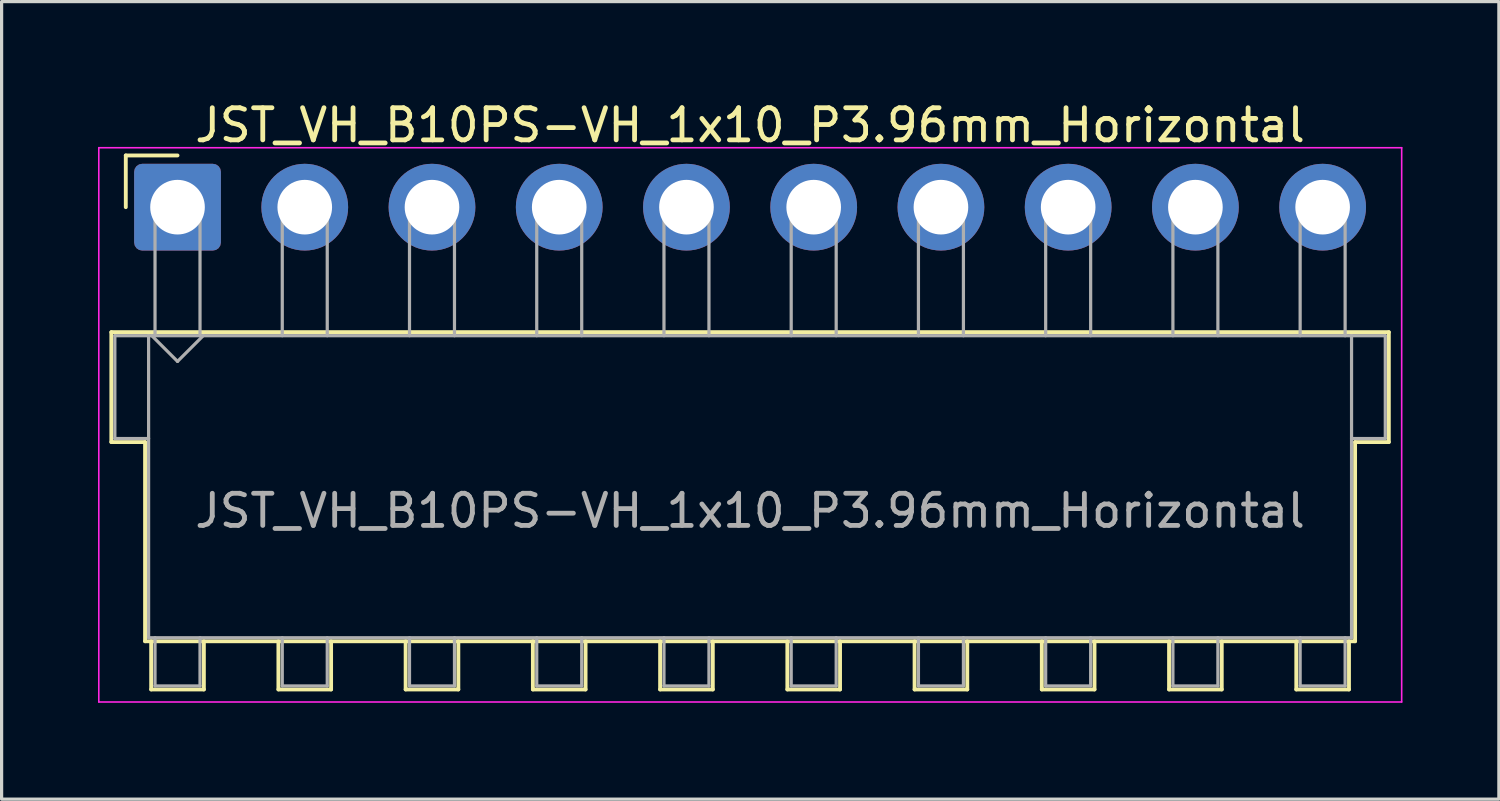
<source format=kicad_pcb>
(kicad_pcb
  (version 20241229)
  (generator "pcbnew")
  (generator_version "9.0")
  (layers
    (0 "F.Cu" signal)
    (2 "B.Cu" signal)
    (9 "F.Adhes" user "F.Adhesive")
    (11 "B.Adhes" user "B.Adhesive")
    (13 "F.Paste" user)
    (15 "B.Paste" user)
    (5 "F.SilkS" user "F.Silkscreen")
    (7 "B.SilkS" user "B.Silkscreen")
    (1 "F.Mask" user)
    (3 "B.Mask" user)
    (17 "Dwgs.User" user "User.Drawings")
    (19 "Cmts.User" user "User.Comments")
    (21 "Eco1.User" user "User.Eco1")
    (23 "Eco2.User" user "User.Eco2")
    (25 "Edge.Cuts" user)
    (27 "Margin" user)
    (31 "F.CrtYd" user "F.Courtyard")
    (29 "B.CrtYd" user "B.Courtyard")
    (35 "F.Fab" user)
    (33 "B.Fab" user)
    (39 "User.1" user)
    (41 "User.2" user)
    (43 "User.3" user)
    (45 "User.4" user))
  (footprint "JST_VH_B10PS-VH_1x10_P3.96mm_Horizontal"
    (layer "F.Cu")
    (at 2.475 3.398)
    (property "Reference" "JST_VH_B10PS-VH_1x10_P3.96mm_Horizontal" (at 17.82 -2.55 0) (layer "F.SilkS") (effects (font (size 1 1) (thickness 0.15))))
    (attr through_hole)
    (fp_line (start -2.06 3.89) (end 37.7 3.89) (stroke (width 0.12) (type solid)) (layer "F.SilkS"))
    (fp_line (start -2.06 7.31) (end -2.06 3.89) (stroke (width 0.12) (type solid)) (layer "F.SilkS"))
    (fp_line (start -1.61 -1.61) (end -1.61 0) (stroke (width 0.12) (type solid)) (layer "F.SilkS"))
    (fp_line (start -1.01 7.31) (end -2.06 7.31) (stroke (width 0.12) (type solid)) (layer "F.SilkS"))
    (fp_line (start -1.01 13.51) (end -1.01 7.31) (stroke (width 0.12) (type solid)) (layer "F.SilkS"))
    (fp_line (start -0.82 13.51) (end -0.82 15.01) (stroke (width 0.12) (type solid)) (layer "F.SilkS"))
    (fp_line (start -0.82 15.01) (end 0.82 15.01) (stroke (width 0.12) (type solid)) (layer "F.SilkS"))
    (fp_line (start 0 -1.61) (end -1.61 -1.61) (stroke (width 0.12) (type solid)) (layer "F.SilkS"))
    (fp_line (start 0.82 15.01) (end 0.82 13.51) (stroke (width 0.12) (type solid)) (layer "F.SilkS"))
    (fp_line (start 3.14 13.51) (end 3.14 15.01) (stroke (width 0.12) (type solid)) (layer "F.SilkS"))
    (fp_line (start 3.14 15.01) (end 4.78 15.01) (stroke (width 0.12) (type solid)) (layer "F.SilkS"))
    (fp_line (start 4.78 15.01) (end 4.78 13.51) (stroke (width 0.12) (type solid)) (layer "F.SilkS"))
    (fp_line (start 7.1 13.51) (end 7.1 15.01) (stroke (width 0.12) (type solid)) (layer "F.SilkS"))
    (fp_line (start 7.1 15.01) (end 8.74 15.01) (stroke (width 0.12) (type solid)) (layer "F.SilkS"))
    (fp_line (start 8.74 15.01) (end 8.74 13.51) (stroke (width 0.12) (type solid)) (layer "F.SilkS"))
    (fp_line (start 11.06 13.51) (end 11.06 15.01) (stroke (width 0.12) (type solid)) (layer "F.SilkS"))
    (fp_line (start 11.06 15.01) (end 12.7 15.01) (stroke (width 0.12) (type solid)) (layer "F.SilkS"))
    (fp_line (start 12.7 15.01) (end 12.7 13.51) (stroke (width 0.12) (type solid)) (layer "F.SilkS"))
    (fp_line (start 15.02 13.51) (end 15.02 15.01) (stroke (width 0.12) (type solid)) (layer "F.SilkS"))
    (fp_line (start 15.02 15.01) (end 16.66 15.01) (stroke (width 0.12) (type solid)) (layer "F.SilkS"))
    (fp_line (start 16.66 15.01) (end 16.66 13.51) (stroke (width 0.12) (type solid)) (layer "F.SilkS"))
    (fp_line (start 18.98 13.51) (end 18.98 15.01) (stroke (width 0.12) (type solid)) (layer "F.SilkS"))
    (fp_line (start 18.98 15.01) (end 20.62 15.01) (stroke (width 0.12) (type solid)) (layer "F.SilkS"))
    (fp_line (start 20.62 15.01) (end 20.62 13.51) (stroke (width 0.12) (type solid)) (layer "F.SilkS"))
    (fp_line (start 22.94 13.51) (end 22.94 15.01) (stroke (width 0.12) (type solid)) (layer "F.SilkS"))
    (fp_line (start 22.94 15.01) (end 24.58 15.01) (stroke (width 0.12) (type solid)) (layer "F.SilkS"))
    (fp_line (start 24.58 15.01) (end 24.58 13.51) (stroke (width 0.12) (type solid)) (layer "F.SilkS"))
    (fp_line (start 26.9 13.51) (end 26.9 15.01) (stroke (width 0.12) (type solid)) (layer "F.SilkS"))
    (fp_line (start 26.9 15.01) (end 28.54 15.01) (stroke (width 0.12) (type solid)) (layer "F.SilkS"))
    (fp_line (start 28.54 15.01) (end 28.54 13.51) (stroke (width 0.12) (type solid)) (layer "F.SilkS"))
    (fp_line (start 30.86 13.51) (end 30.86 15.01) (stroke (width 0.12) (type solid)) (layer "F.SilkS"))
    (fp_line (start 30.86 15.01) (end 32.5 15.01) (stroke (width 0.12) (type solid)) (layer "F.SilkS"))
    (fp_line (start 32.5 15.01) (end 32.5 13.51) (stroke (width 0.12) (type solid)) (layer "F.SilkS"))
    (fp_line (start 34.82 13.51) (end 34.82 15.01) (stroke (width 0.12) (type solid)) (layer "F.SilkS"))
    (fp_line (start 34.82 15.01) (end 36.46 15.01) (stroke (width 0.12) (type solid)) (layer "F.SilkS"))
    (fp_line (start 36.46 15.01) (end 36.46 13.51) (stroke (width 0.12) (type solid)) (layer "F.SilkS"))
    (fp_line (start 36.65 7.31) (end 36.65 13.51) (stroke (width 0.12) (type solid)) (layer "F.SilkS"))
    (fp_line (start 36.65 13.51) (end -1.01 13.51) (stroke (width 0.12) (type solid)) (layer "F.SilkS"))
    (fp_line (start 37.7 3.89) (end 37.7 7.31) (stroke (width 0.12) (type solid)) (layer "F.SilkS"))
    (fp_line (start 37.7 7.31) (end 36.65 7.31) (stroke (width 0.12) (type solid)) (layer "F.SilkS"))
    (fp_line (start -2.45 -1.85) (end -2.45 15.4) (stroke (width 0.05) (type solid)) (layer "F.CrtYd"))
    (fp_line (start -2.45 15.4) (end 38.1 15.4) (stroke (width 0.05) (type solid)) (layer "F.CrtYd"))
    (fp_line (start 38.1 -1.85) (end -2.45 -1.85) (stroke (width 0.05) (type solid)) (layer "F.CrtYd"))
    (fp_line (start 38.1 15.4) (end 38.1 -1.85) (stroke (width 0.05) (type solid)) (layer "F.CrtYd"))
    (fp_line (start -1.95 4) (end -0.9 4) (stroke (width 0.1) (type solid)) (layer "F.Fab"))
    (fp_line (start -1.95 7.2) (end -1.95 4) (stroke (width 0.1) (type solid)) (layer "F.Fab"))
    (fp_line (start -0.9 4) (end -0.9 13.4) (stroke (width 0.1) (type solid)) (layer "F.Fab"))
    (fp_line (start -0.9 7.2) (end -1.95 7.2) (stroke (width 0.1) (type solid)) (layer "F.Fab"))
    (fp_line (start -0.9 13.4) (end 36.54 13.4) (stroke (width 0.1) (type solid)) (layer "F.Fab"))
    (fp_line (start -0.8 4) (end 0 4.8) (stroke (width 0.1) (type solid)) (layer "F.Fab"))
    (fp_line (start -0.7 0) (end 0.7 0) (stroke (width 0.1) (type solid)) (layer "F.Fab"))
    (fp_line (start -0.7 4) (end -0.7 0) (stroke (width 0.1) (type solid)) (layer "F.Fab"))
    (fp_line (start -0.7 13.4) (end -0.7 14.9) (stroke (width 0.1) (type solid)) (layer "F.Fab"))
    (fp_line (start -0.7 14.9) (end 0.7 14.9) (stroke (width 0.1) (type solid)) (layer "F.Fab"))
    (fp_line (start 0 4.8) (end 0.8 4) (stroke (width 0.1) (type solid)) (layer "F.Fab"))
    (fp_line (start 0.7 0) (end 0.7 4) (stroke (width 0.1) (type solid)) (layer "F.Fab"))
    (fp_line (start 0.7 14.9) (end 0.7 13.4) (stroke (width 0.1) (type solid)) (layer "F.Fab"))
    (fp_line (start 3.26 0) (end 4.66 0) (stroke (width 0.1) (type solid)) (layer "F.Fab"))
    (fp_line (start 3.26 4) (end 3.26 0) (stroke (width 0.1) (type solid)) (layer "F.Fab"))
    (fp_line (start 3.26 13.4) (end 3.26 14.9) (stroke (width 0.1) (type solid)) (layer "F.Fab"))
    (fp_line (start 3.26 14.9) (end 4.66 14.9) (stroke (width 0.1) (type solid)) (layer "F.Fab"))
    (fp_line (start 4.66 0) (end 4.66 4) (stroke (width 0.1) (type solid)) (layer "F.Fab"))
    (fp_line (start 4.66 14.9) (end 4.66 13.4) (stroke (width 0.1) (type solid)) (layer "F.Fab"))
    (fp_line (start 7.22 0) (end 8.62 0) (stroke (width 0.1) (type solid)) (layer "F.Fab"))
    (fp_line (start 7.22 4) (end 7.22 0) (stroke (width 0.1) (type solid)) (layer "F.Fab"))
    (fp_line (start 7.22 13.4) (end 7.22 14.9) (stroke (width 0.1) (type solid)) (layer "F.Fab"))
    (fp_line (start 7.22 14.9) (end 8.62 14.9) (stroke (width 0.1) (type solid)) (layer "F.Fab"))
    (fp_line (start 8.62 0) (end 8.62 4) (stroke (width 0.1) (type solid)) (layer "F.Fab"))
    (fp_line (start 8.62 14.9) (end 8.62 13.4) (stroke (width 0.1) (type solid)) (layer "F.Fab"))
    (fp_line (start 11.18 0) (end 12.58 0) (stroke (width 0.1) (type solid)) (layer "F.Fab"))
    (fp_line (start 11.18 4) (end 11.18 0) (stroke (width 0.1) (type solid)) (layer "F.Fab"))
    (fp_line (start 11.18 13.4) (end 11.18 14.9) (stroke (width 0.1) (type solid)) (layer "F.Fab"))
    (fp_line (start 11.18 14.9) (end 12.58 14.9) (stroke (width 0.1) (type solid)) (layer "F.Fab"))
    (fp_line (start 12.58 0) (end 12.58 4) (stroke (width 0.1) (type solid)) (layer "F.Fab"))
    (fp_line (start 12.58 14.9) (end 12.58 13.4) (stroke (width 0.1) (type solid)) (layer "F.Fab"))
    (fp_line (start 15.14 0) (end 16.54 0) (stroke (width 0.1) (type solid)) (layer "F.Fab"))
    (fp_line (start 15.14 4) (end 15.14 0) (stroke (width 0.1) (type solid)) (layer "F.Fab"))
    (fp_line (start 15.14 13.4) (end 15.14 14.9) (stroke (width 0.1) (type solid)) (layer "F.Fab"))
    (fp_line (start 15.14 14.9) (end 16.54 14.9) (stroke (width 0.1) (type solid)) (layer "F.Fab"))
    (fp_line (start 16.54 0) (end 16.54 4) (stroke (width 0.1) (type solid)) (layer "F.Fab"))
    (fp_line (start 16.54 14.9) (end 16.54 13.4) (stroke (width 0.1) (type solid)) (layer "F.Fab"))
    (fp_line (start 19.1 0) (end 20.5 0) (stroke (width 0.1) (type solid)) (layer "F.Fab"))
    (fp_line (start 19.1 4) (end 19.1 0) (stroke (width 0.1) (type solid)) (layer "F.Fab"))
    (fp_line (start 19.1 13.4) (end 19.1 14.9) (stroke (width 0.1) (type solid)) (layer "F.Fab"))
    (fp_line (start 19.1 14.9) (end 20.5 14.9) (stroke (width 0.1) (type solid)) (layer "F.Fab"))
    (fp_line (start 20.5 0) (end 20.5 4) (stroke (width 0.1) (type solid)) (layer "F.Fab"))
    (fp_line (start 20.5 14.9) (end 20.5 13.4) (stroke (width 0.1) (type solid)) (layer "F.Fab"))
    (fp_line (start 23.06 0) (end 24.46 0) (stroke (width 0.1) (type solid)) (layer "F.Fab"))
    (fp_line (start 23.06 4) (end 23.06 0) (stroke (width 0.1) (type solid)) (layer "F.Fab"))
    (fp_line (start 23.06 13.4) (end 23.06 14.9) (stroke (width 0.1) (type solid)) (layer "F.Fab"))
    (fp_line (start 23.06 14.9) (end 24.46 14.9) (stroke (width 0.1) (type solid)) (layer "F.Fab"))
    (fp_line (start 24.46 0) (end 24.46 4) (stroke (width 0.1) (type solid)) (layer "F.Fab"))
    (fp_line (start 24.46 14.9) (end 24.46 13.4) (stroke (width 0.1) (type solid)) (layer "F.Fab"))
    (fp_line (start 27.02 0) (end 28.42 0) (stroke (width 0.1) (type solid)) (layer "F.Fab"))
    (fp_line (start 27.02 4) (end 27.02 0) (stroke (width 0.1) (type solid)) (layer "F.Fab"))
    (fp_line (start 27.02 13.4) (end 27.02 14.9) (stroke (width 0.1) (type solid)) (layer "F.Fab"))
    (fp_line (start 27.02 14.9) (end 28.42 14.9) (stroke (width 0.1) (type solid)) (layer "F.Fab"))
    (fp_line (start 28.42 0) (end 28.42 4) (stroke (width 0.1) (type solid)) (layer "F.Fab"))
    (fp_line (start 28.42 14.9) (end 28.42 13.4) (stroke (width 0.1) (type solid)) (layer "F.Fab"))
    (fp_line (start 30.98 0) (end 32.38 0) (stroke (width 0.1) (type solid)) (layer "F.Fab"))
    (fp_line (start 30.98 4) (end 30.98 0) (stroke (width 0.1) (type solid)) (layer "F.Fab"))
    (fp_line (start 30.98 13.4) (end 30.98 14.9) (stroke (width 0.1) (type solid)) (layer "F.Fab"))
    (fp_line (start 30.98 14.9) (end 32.38 14.9) (stroke (width 0.1) (type solid)) (layer "F.Fab"))
    (fp_line (start 32.38 0) (end 32.38 4) (stroke (width 0.1) (type solid)) (layer "F.Fab"))
    (fp_line (start 32.38 14.9) (end 32.38 13.4) (stroke (width 0.1) (type solid)) (layer "F.Fab"))
    (fp_line (start 34.94 0) (end 36.34 0) (stroke (width 0.1) (type solid)) (layer "F.Fab"))
    (fp_line (start 34.94 4) (end 34.94 0) (stroke (width 0.1) (type solid)) (layer "F.Fab"))
    (fp_line (start 34.94 13.4) (end 34.94 14.9) (stroke (width 0.1) (type solid)) (layer "F.Fab"))
    (fp_line (start 34.94 14.9) (end 36.34 14.9) (stroke (width 0.1) (type solid)) (layer "F.Fab"))
    (fp_line (start 36.34 0) (end 36.34 4) (stroke (width 0.1) (type solid)) (layer "F.Fab"))
    (fp_line (start 36.34 14.9) (end 36.34 13.4) (stroke (width 0.1) (type solid)) (layer "F.Fab"))
    (fp_line (start 36.54 4) (end -0.9 4) (stroke (width 0.1) (type solid)) (layer "F.Fab"))
    (fp_line (start 36.54 4) (end 37.59 4) (stroke (width 0.1) (type solid)) (layer "F.Fab"))
    (fp_line (start 36.54 13.4) (end 36.54 4) (stroke (width 0.1) (type solid)) (layer "F.Fab"))
    (fp_line (start 37.59 4) (end 37.59 7.2) (stroke (width 0.1) (type solid)) (layer "F.Fab"))
    (fp_line (start 37.59 7.2) (end 36.54 7.2) (stroke (width 0.1) (type solid)) (layer "F.Fab"))
    (fp_text user "${REFERENCE}" (at 17.82 9.45 0) (layer "F.Fab") (effects (font (size 1 1) (thickness 0.15))))
    (pad "1" thru_hole roundrect (at 0 0) (size 2.7 2.7) (drill 1.7) (layers "*.Cu" "*.Mask") (roundrect_rratio 0.093))
    (pad "2" thru_hole circle (at 3.96 0) (size 2.7 2.7) (drill 1.7) (layers "*.Cu" "*.Mask"))
    (pad "3" thru_hole circle (at 7.92 0) (size 2.7 2.7) (drill 1.7) (layers "*.Cu" "*.Mask"))
    (pad "4" thru_hole circle (at 11.88 0) (size 2.7 2.7) (drill 1.7) (layers "*.Cu" "*.Mask"))
    (pad "5" thru_hole circle (at 15.84 0) (size 2.7 2.7) (drill 1.7) (layers "*.Cu" "*.Mask"))
    (pad "6" thru_hole circle (at 19.8 0) (size 2.7 2.7) (drill 1.7) (layers "*.Cu" "*.Mask"))
    (pad "7" thru_hole circle (at 23.76 0) (size 2.7 2.7) (drill 1.7) (layers "*.Cu" "*.Mask"))
    (pad "8" thru_hole circle (at 27.72 0) (size 2.7 2.7) (drill 1.7) (layers "*.Cu" "*.Mask"))
    (pad "9" thru_hole circle (at 31.68 0) (size 2.7 2.7) (drill 1.7) (layers "*.Cu" "*.Mask"))
    (pad "10" thru_hole circle (at 35.64 0) (size 2.7 2.7) (drill 1.7) (layers "*.Cu" "*.Mask")))
  (gr_rect
    (start -3 -3)
    (end 43.6 21.823)
    (stroke (width 0.1) (type default))
    (fill no)
    (layer "Edge.Cuts")))
</source>
